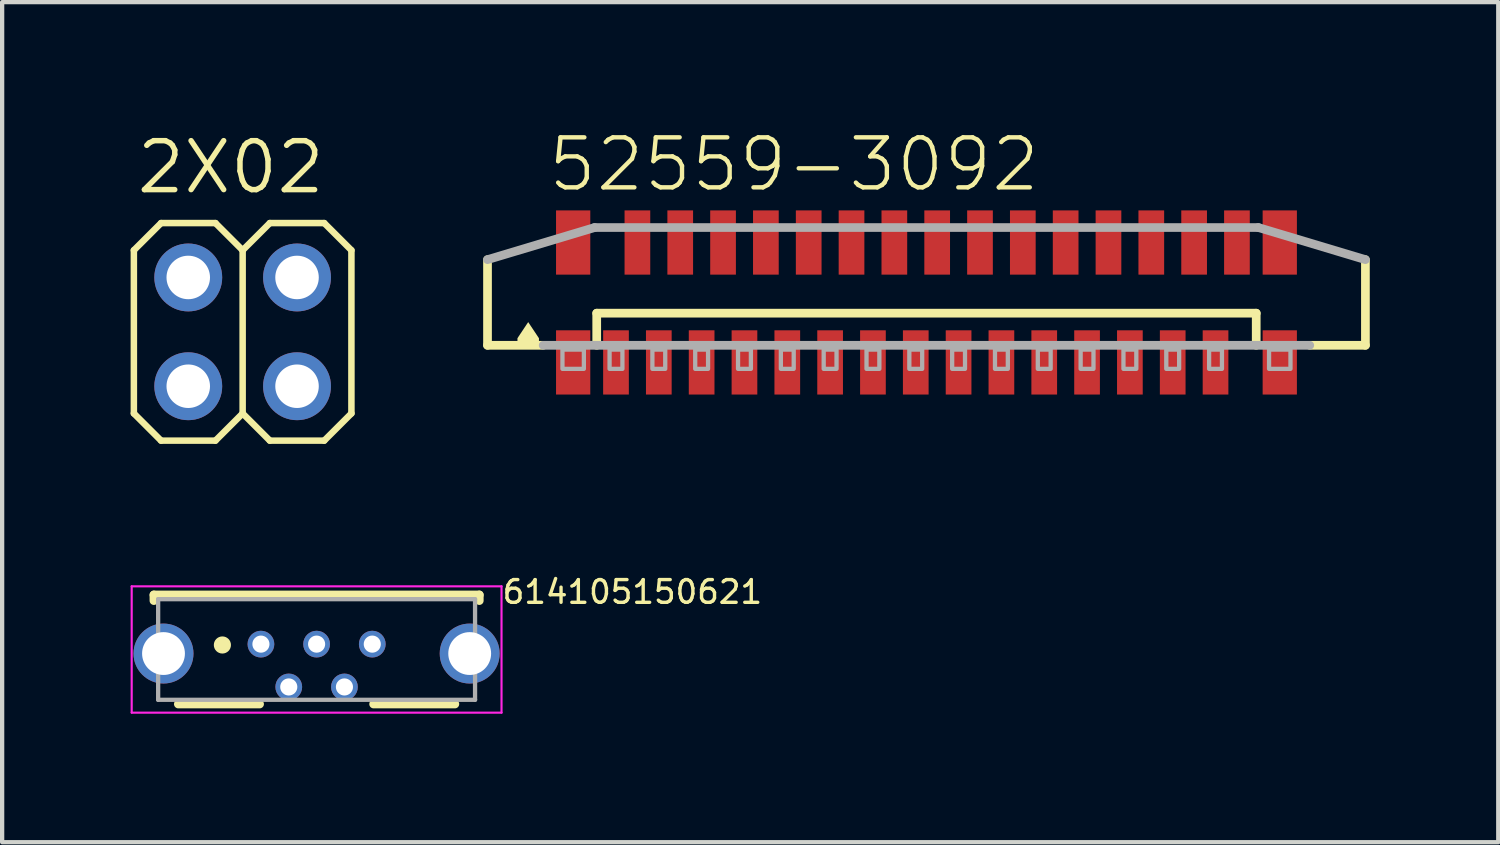
<source format=kicad_pcb>
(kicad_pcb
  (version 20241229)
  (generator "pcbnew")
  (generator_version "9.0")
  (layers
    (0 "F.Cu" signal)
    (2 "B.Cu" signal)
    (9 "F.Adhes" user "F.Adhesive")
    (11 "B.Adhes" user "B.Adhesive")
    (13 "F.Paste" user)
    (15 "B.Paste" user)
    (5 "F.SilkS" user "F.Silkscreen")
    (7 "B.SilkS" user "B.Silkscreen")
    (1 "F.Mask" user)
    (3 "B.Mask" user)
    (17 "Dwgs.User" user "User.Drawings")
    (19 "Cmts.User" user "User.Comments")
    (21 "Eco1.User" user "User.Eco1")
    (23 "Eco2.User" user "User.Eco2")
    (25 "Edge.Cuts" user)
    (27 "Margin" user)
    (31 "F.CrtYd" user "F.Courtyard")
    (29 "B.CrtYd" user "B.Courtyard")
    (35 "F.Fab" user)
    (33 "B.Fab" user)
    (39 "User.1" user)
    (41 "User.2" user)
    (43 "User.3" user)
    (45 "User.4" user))
  (footprint "614105150621"
    (layer "F.Cu")
    (at 4.343 12.116)
    (property "Reference" "614105150621" (at 4.293 -1.033 0) (layer "F.SilkS") (effects (font (size 0.53 0.53) (thickness 0.079)) (justify left bottom)))
    (fp_line (start -3.8 -1.275) (end 3.8 -1.275) (stroke (width 0.2) (type solid)) (layer "F.SilkS"))
    (fp_line (start -3.8 -1.14) (end -3.8 -1.275) (stroke (width 0.2) (type solid)) (layer "F.SilkS"))
    (fp_line (start -3.23 1.275) (end -1.33 1.275) (stroke (width 0.2) (type solid)) (layer "F.SilkS"))
    (fp_line (start 1.33 1.275) (end 3.23 1.275) (stroke (width 0.2) (type solid)) (layer "F.SilkS"))
    (fp_line (start 3.8 -1.275) (end 3.8 -1.14) (stroke (width 0.2) (type solid)) (layer "F.SilkS"))
    (fp_circle (center -2.2 -0.105) (end -2.1 -0.105) (stroke (width 0.2) (type solid)) (fill no) (layer "F.SilkS"))
    (fp_line (start -4.318 -1.475) (end -4.318 1.475) (stroke (width 0.05) (type solid)) (layer "F.CrtYd"))
    (fp_line (start -4.318 1.475) (end 4.318 1.475) (stroke (width 0.05) (type solid)) (layer "F.CrtYd"))
    (fp_line (start 4.318 -1.475) (end -4.318 -1.475) (stroke (width 0.05) (type solid)) (layer "F.CrtYd"))
    (fp_line (start 4.318 1.475) (end 4.318 -1.475) (stroke (width 0.05) (type solid)) (layer "F.CrtYd"))
    (fp_line (start -3.7 -1.175) (end 3.7 -1.175) (stroke (width 0.1) (type solid)) (layer "F.Fab"))
    (fp_line (start -3.7 1.175) (end -3.7 -1.175) (stroke (width 0.1) (type solid)) (layer "F.Fab"))
    (fp_line (start -3.7 1.175) (end 3.7 1.175) (stroke (width 0.1) (type solid)) (layer "F.Fab"))
    (fp_line (start 3.7 1.175) (end 3.7 -1.175) (stroke (width 0.1) (type solid)) (layer "F.Fab"))
    (pad "1" thru_hole circle (at -1.3 -0.125 270) (size 0.624 0.624) (drill 0.4) (layers "*.Cu" "*.Mask"))
    (pad "2" thru_hole circle (at -0.65 0.875 90) (size 0.624 0.624) (drill 0.4) (layers "*.Cu" "*.Mask"))
    (pad "3" thru_hole circle (at 0 -0.125 270) (size 0.624 0.624) (drill 0.4) (layers "*.Cu" "*.Mask"))
    (pad "4" thru_hole circle (at 0.65 0.875 90) (size 0.624 0.624) (drill 0.4) (layers "*.Cu" "*.Mask"))
    (pad "5" thru_hole circle (at 1.3 -0.125 270) (size 0.624 0.624) (drill 0.4) (layers "*.Cu" "*.Mask"))
    (pad "S1" thru_hole circle (at -3.575 0.095 90) (size 1.4 1.4) (drill 1) (layers "*.Cu" "*.Mask"))
    (pad "S2" thru_hole circle (at 3.575 0.095 90) (size 1.4 1.4) (drill 1) (layers "*.Cu" "*.Mask")))
  (footprint "2X02"
    (layer "F.Cu")
    (at 2.616 4.699)
    (property "Reference" "2X02" (at -2.54 -3.175 0) (layer "F.SilkS") (effects (font (size 1.143 1.143) (thickness 0.127)) (justify left bottom)))
    (fp_line (start -2.54 -1.905) (end -1.905 -2.54) (stroke (width 0.152) (type solid)) (layer "F.SilkS"))
    (fp_line (start -2.54 1.905) (end -2.54 -1.905) (stroke (width 0.152) (type solid)) (layer "F.SilkS"))
    (fp_line (start -2.54 1.905) (end -1.905 2.54) (stroke (width 0.152) (type solid)) (layer "F.SilkS"))
    (fp_line (start -1.905 -2.54) (end -0.635 -2.54) (stroke (width 0.152) (type solid)) (layer "F.SilkS"))
    (fp_line (start -1.905 2.54) (end -0.635 2.54) (stroke (width 0.152) (type solid)) (layer "F.SilkS"))
    (fp_line (start -0.635 -2.54) (end 0 -1.905) (stroke (width 0.152) (type solid)) (layer "F.SilkS"))
    (fp_line (start -0.635 2.54) (end 0 1.905) (stroke (width 0.152) (type solid)) (layer "F.SilkS"))
    (fp_line (start 0 -1.905) (end 0 1.905) (stroke (width 0.152) (type solid)) (layer "F.SilkS"))
    (fp_line (start 0 -1.905) (end 0.635 -2.54) (stroke (width 0.152) (type solid)) (layer "F.SilkS"))
    (fp_line (start 0 1.905) (end 0.635 2.54) (stroke (width 0.152) (type solid)) (layer "F.SilkS"))
    (fp_line (start 0.635 -2.54) (end 1.905 -2.54) (stroke (width 0.152) (type solid)) (layer "F.SilkS"))
    (fp_line (start 0.635 2.54) (end 1.905 2.54) (stroke (width 0.152) (type solid)) (layer "F.SilkS"))
    (fp_line (start 1.905 -2.54) (end 2.54 -1.905) (stroke (width 0.152) (type solid)) (layer "F.SilkS"))
    (fp_line (start 1.905 2.54) (end 2.54 1.905) (stroke (width 0.152) (type solid)) (layer "F.SilkS"))
    (fp_line (start 2.54 -1.905) (end 2.54 1.905) (stroke (width 0.152) (type solid)) (layer "F.SilkS"))
    (fp_poly (pts (xy -1.524 -1.016) (xy -1.016 -1.016) (xy -1.016 -1.524) (xy -1.524 -1.524)) (stroke (width 0.1) (type solid)) (fill no) (layer "F.Fab"))
    (fp_poly (pts (xy -1.524 1.524) (xy -1.016 1.524) (xy -1.016 1.016) (xy -1.524 1.016)) (stroke (width 0.1) (type solid)) (fill no) (layer "F.Fab"))
    (fp_poly (pts (xy 1.016 -1.016) (xy 1.524 -1.016) (xy 1.524 -1.524) (xy 1.016 -1.524)) (stroke (width 0.1) (type solid)) (fill no) (layer "F.Fab"))
    (fp_poly (pts (xy 1.016 1.524) (xy 1.524 1.524) (xy 1.524 1.016) (xy 1.016 1.016)) (stroke (width 0.1) (type solid)) (fill no) (layer "F.Fab"))
    (pad "1" thru_hole circle (at -1.27 1.27) (size 1.585 1.585) (drill 1.016) (layers "*.Cu" "*.Mask"))
    (pad "2" thru_hole circle (at -1.27 -1.27) (size 1.585 1.585) (drill 1.016) (layers "*.Cu" "*.Mask"))
    (pad "3" thru_hole circle (at 1.27 1.27) (size 1.585 1.585) (drill 1.016) (layers "*.Cu" "*.Mask"))
    (pad "4" thru_hole circle (at 1.27 -1.27) (size 1.585 1.585) (drill 1.016) (layers "*.Cu" "*.Mask")))
  (footprint "52559-3092"
    (layer "F.Cu")
    (at 18.584 4.013)
    (property "Reference" "52559-3092" (at -8.89 -2.54 0) (layer "F.SilkS") (effects (font (size 1.168 1.168) (thickness 0.102)) (justify left bottom)))
    (fp_line (start -10.25 1) (end -10.25 -1) (stroke (width 0.203) (type solid)) (layer "F.SilkS"))
    (fp_line (start -8.95 1) (end -10.25 1) (stroke (width 0.203) (type solid)) (layer "F.SilkS"))
    (fp_line (start -7.7 0.25) (end 7.7 0.25) (stroke (width 0.203) (type solid)) (layer "F.SilkS"))
    (fp_line (start -7.7 1) (end -7.7 0.25) (stroke (width 0.203) (type solid)) (layer "F.SilkS"))
    (fp_line (start 7.7 0.25) (end 7.7 1) (stroke (width 0.203) (type solid)) (layer "F.SilkS"))
    (fp_line (start 10.25 -1) (end 10.25 1) (stroke (width 0.203) (type solid)) (layer "F.SilkS"))
    (fp_line (start 10.25 1) (end 8.95 1) (stroke (width 0.203) (type solid)) (layer "F.SilkS"))
    (fp_poly (pts (xy -9.049 0.835) (xy -9.049 1.001) (xy -9.551 1.001) (xy -9.551 0.835) (xy -9.3 0.458)) (stroke (width 0) (type solid)) (fill yes) (layer "F.SilkS"))
    (fp_line (start -10.25 -1) (end -7.75 -1.75) (stroke (width 0.203) (type solid)) (layer "F.Fab"))
    (fp_line (start -7.75 -1.75) (end 7.75 -1.75) (stroke (width 0.203) (type solid)) (layer "F.Fab"))
    (fp_line (start 7.75 -1.75) (end 10.25 -1) (stroke (width 0.203) (type solid)) (layer "F.Fab"))
    (fp_line (start 8.95 1) (end -8.95 1) (stroke (width 0.203) (type solid)) (layer "F.Fab"))
    (fp_poly (pts (xy -8.5 1.55) (xy -8 1.55) (xy -8 1.1) (xy -8.5 1.1)) (stroke (width 0.1) (type solid)) (fill no) (layer "F.Fab"))
    (fp_poly (pts (xy -7.4 1.55) (xy -7.1 1.55) (xy -7.1 1.1) (xy -7.4 1.1)) (stroke (width 0.1) (type solid)) (fill no) (layer "F.Fab"))
    (fp_poly (pts (xy -6.4 1.55) (xy -6.1 1.55) (xy -6.1 1.1) (xy -6.4 1.1)) (stroke (width 0.1) (type solid)) (fill no) (layer "F.Fab"))
    (fp_poly (pts (xy -5.4 1.55) (xy -5.1 1.55) (xy -5.1 1.1) (xy -5.4 1.1)) (stroke (width 0.1) (type solid)) (fill no) (layer "F.Fab"))
    (fp_poly (pts (xy -4.4 1.55) (xy -4.1 1.55) (xy -4.1 1.1) (xy -4.4 1.1)) (stroke (width 0.1) (type solid)) (fill no) (layer "F.Fab"))
    (fp_poly (pts (xy -3.4 1.55) (xy -3.1 1.55) (xy -3.1 1.1) (xy -3.4 1.1)) (stroke (width 0.1) (type solid)) (fill no) (layer "F.Fab"))
    (fp_poly (pts (xy -2.4 1.55) (xy -2.1 1.55) (xy -2.1 1.1) (xy -2.4 1.1)) (stroke (width 0.1) (type solid)) (fill no) (layer "F.Fab"))
    (fp_poly (pts (xy -1.4 1.55) (xy -1.1 1.55) (xy -1.1 1.1) (xy -1.4 1.1)) (stroke (width 0.1) (type solid)) (fill no) (layer "F.Fab"))
    (fp_poly (pts (xy -0.4 1.55) (xy -0.1 1.55) (xy -0.1 1.1) (xy -0.4 1.1)) (stroke (width 0.1) (type solid)) (fill no) (layer "F.Fab"))
    (fp_poly (pts (xy 0.6 1.55) (xy 0.9 1.55) (xy 0.9 1.1) (xy 0.6 1.1)) (stroke (width 0.1) (type solid)) (fill no) (layer "F.Fab"))
    (fp_poly (pts (xy 1.6 1.55) (xy 1.9 1.55) (xy 1.9 1.1) (xy 1.6 1.1)) (stroke (width 0.1) (type solid)) (fill no) (layer "F.Fab"))
    (fp_poly (pts (xy 2.6 1.55) (xy 2.9 1.55) (xy 2.9 1.1) (xy 2.6 1.1)) (stroke (width 0.1) (type solid)) (fill no) (layer "F.Fab"))
    (fp_poly (pts (xy 3.6 1.55) (xy 3.9 1.55) (xy 3.9 1.1) (xy 3.6 1.1)) (stroke (width 0.1) (type solid)) (fill no) (layer "F.Fab"))
    (fp_poly (pts (xy 4.6 1.55) (xy 4.9 1.55) (xy 4.9 1.1) (xy 4.6 1.1)) (stroke (width 0.1) (type solid)) (fill no) (layer "F.Fab"))
    (fp_poly (pts (xy 5.6 1.55) (xy 5.9 1.55) (xy 5.9 1.1) (xy 5.6 1.1)) (stroke (width 0.1) (type solid)) (fill no) (layer "F.Fab"))
    (fp_poly (pts (xy 6.6 1.55) (xy 6.9 1.55) (xy 6.9 1.1) (xy 6.6 1.1)) (stroke (width 0.1) (type solid)) (fill no) (layer "F.Fab"))
    (fp_poly (pts (xy 8 1.55) (xy 8.5 1.55) (xy 8.5 1.1) (xy 8 1.1)) (stroke (width 0.1) (type solid)) (fill no) (layer "F.Fab"))
    (pad "1" smd rect (at -7.25 1.4) (size 0.6 1.5) (layers "F.Cu" "F.Mask" "F.Paste"))
    (pad "2" smd rect (at -6.75 -1.4 180) (size 0.6 1.5) (layers "F.Cu" "F.Mask" "F.Paste"))
    (pad "3" smd rect (at -6.25 1.4) (size 0.6 1.5) (layers "F.Cu" "F.Mask" "F.Paste"))
    (pad "4" smd rect (at -5.75 -1.4 180) (size 0.6 1.5) (layers "F.Cu" "F.Mask" "F.Paste"))
    (pad "5" smd rect (at -5.25 1.4) (size 0.6 1.5) (layers "F.Cu" "F.Mask" "F.Paste"))
    (pad "6" smd rect (at -4.75 -1.4 180) (size 0.6 1.5) (layers "F.Cu" "F.Mask" "F.Paste"))
    (pad "7" smd rect (at -4.25 1.4) (size 0.6 1.5) (layers "F.Cu" "F.Mask" "F.Paste"))
    (pad "8" smd rect (at -3.75 -1.4 180) (size 0.6 1.5) (layers "F.Cu" "F.Mask" "F.Paste"))
    (pad "9" smd rect (at -3.25 1.4) (size 0.6 1.5) (layers "F.Cu" "F.Mask" "F.Paste"))
    (pad "10" smd rect (at -2.75 -1.4 180) (size 0.6 1.5) (layers "F.Cu" "F.Mask" "F.Paste"))
    (pad "11" smd rect (at -2.25 1.4) (size 0.6 1.5) (layers "F.Cu" "F.Mask" "F.Paste"))
    (pad "12" smd rect (at -1.75 -1.4 180) (size 0.6 1.5) (layers "F.Cu" "F.Mask" "F.Paste"))
    (pad "13" smd rect (at -1.25 1.4) (size 0.6 1.5) (layers "F.Cu" "F.Mask" "F.Paste"))
    (pad "14" smd rect (at -0.75 -1.4 180) (size 0.6 1.5) (layers "F.Cu" "F.Mask" "F.Paste"))
    (pad "15" smd rect (at -0.25 1.4) (size 0.6 1.5) (layers "F.Cu" "F.Mask" "F.Paste"))
    (pad "16" smd rect (at 0.25 -1.4 180) (size 0.6 1.5) (layers "F.Cu" "F.Mask" "F.Paste"))
    (pad "17" smd rect (at 0.75 1.4) (size 0.6 1.5) (layers "F.Cu" "F.Mask" "F.Paste"))
    (pad "18" smd rect (at 1.25 -1.4 180) (size 0.6 1.5) (layers "F.Cu" "F.Mask" "F.Paste"))
    (pad "19" smd rect (at 1.75 1.4) (size 0.6 1.5) (layers "F.Cu" "F.Mask" "F.Paste"))
    (pad "20" smd rect (at 2.25 -1.4 180) (size 0.6 1.5) (layers "F.Cu" "F.Mask" "F.Paste"))
    (pad "21" smd rect (at 2.75 1.4) (size 0.6 1.5) (layers "F.Cu" "F.Mask" "F.Paste"))
    (pad "22" smd rect (at 3.25 -1.4 180) (size 0.6 1.5) (layers "F.Cu" "F.Mask" "F.Paste"))
    (pad "23" smd rect (at 3.75 1.4) (size 0.6 1.5) (layers "F.Cu" "F.Mask" "F.Paste"))
    (pad "24" smd rect (at 4.25 -1.4 180) (size 0.6 1.5) (layers "F.Cu" "F.Mask" "F.Paste"))
    (pad "25" smd rect (at 4.75 1.4) (size 0.6 1.5) (layers "F.Cu" "F.Mask" "F.Paste"))
    (pad "26" smd rect (at 5.25 -1.4 180) (size 0.6 1.5) (layers "F.Cu" "F.Mask" "F.Paste"))
    (pad "27" smd rect (at 5.75 1.4) (size 0.6 1.5) (layers "F.Cu" "F.Mask" "F.Paste"))
    (pad "28" smd rect (at 6.25 -1.4 180) (size 0.6 1.5) (layers "F.Cu" "F.Mask" "F.Paste"))
    (pad "29" smd rect (at 6.75 1.4) (size 0.6 1.5) (layers "F.Cu" "F.Mask" "F.Paste"))
    (pad "30" smd rect (at 7.25 -1.4 180) (size 0.6 1.5) (layers "F.Cu" "F.Mask" "F.Paste"))
    (pad "M1" smd rect (at -8.25 1.4) (size 0.8 1.5) (layers "F.Cu" "F.Mask" "F.Paste"))
    (pad "M2" smd rect (at 8.25 1.4) (size 0.8 1.5) (layers "F.Cu" "F.Mask" "F.Paste"))
    (pad "M3" smd rect (at 8.25 -1.4 180) (size 0.8 1.5) (layers "F.Cu" "F.Mask" "F.Paste"))
    (pad "M4" smd rect (at -8.25 -1.4 180) (size 0.8 1.5) (layers "F.Cu" "F.Mask" "F.Paste")))
  (gr_rect
    (start -3 -3)
    (end 31.936 16.616)
    (stroke (width 0.1) (type default))
    (fill no)
    (layer "Edge.Cuts")))
</source>
